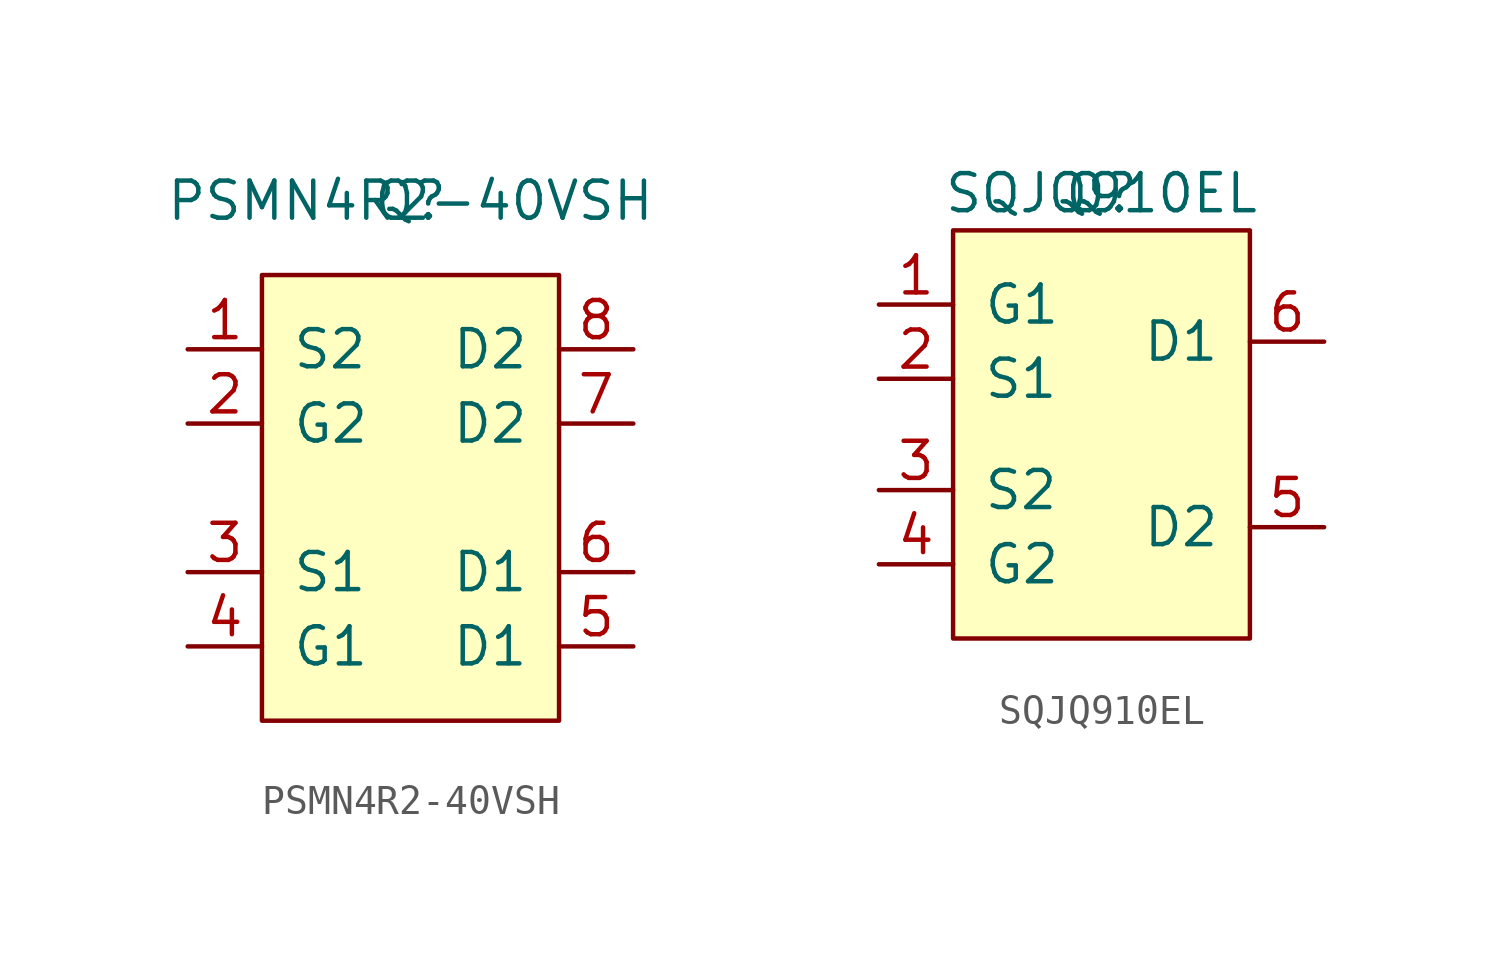
<source format=kicad_sym>
(kicad_symbol_lib
  (version 20211014)
  (generator kicad_symbol_editor)
  (symbol "PSMN4R2-40VSH"
    (pin_names
      (offset 1.016))
    (property "Reference" "Q"
      (at 0 0 0)
      (effects (font (size 1.27 1.27))))
    (property "Value" "PSMN4R2-40VSH"
      (at 0 0 0)
      (effects (font (size 1.27 1.27))))
    (symbol "PSMN4R2-40VSH_0_1"
      (rectangle (start -5.08 -2.54) (end 5.08 -17.78) (stroke (width 0) (type default) (color 0 0 0 0)) (fill (type background))))
    (symbol "PSMN4R2-40VSH_1_1"
      (pin power_in line (at -7.62 -5.08 0) (length 2.54) (name "S2" (effects (font (size 1.27 1.27)))) (number "1" (effects (font (size 1.27 1.27)))))
      (pin input line (at -7.62 -7.62 0) (length 2.54) (name "G2" (effects (font (size 1.27 1.27)))) (number "2" (effects (font (size 1.27 1.27)))))
      (pin input line (at -7.62 -12.7 0) (length 2.54) (name "S1" (effects (font (size 1.27 1.27)))) (number "3" (effects (font (size 1.27 1.27)))))
      (pin input line (at -7.62 -15.24 0) (length 2.54) (name "G1" (effects (font (size 1.27 1.27)))) (number "4" (effects (font (size 1.27 1.27)))))
      (pin power_in line (at 7.62 -15.24 180) (length 2.54) (name "D1" (effects (font (size 1.27 1.27)))) (number "5" (effects (font (size 1.27 1.27)))))
      (pin power_in line (at 7.62 -12.7 180) (length 2.54) (name "D1" (effects (font (size 1.27 1.27)))) (number "6" (effects (font (size 1.27 1.27)))))
      (pin power_out line (at 7.62 -7.62 180) (length 2.54) (name "D2" (effects (font (size 1.27 1.27)))) (number "7" (effects (font (size 1.27 1.27)))))
      (pin power_out line (at 7.62 -5.08 180) (length 2.54) (name "D2" (effects (font (size 1.27 1.27)))) (number "8" (effects (font (size 1.27 1.27)))))))
  (symbol "SQJQ910EL"
    (pin_names
      (offset 1.016))
    (property "Reference" "Q"
      (at 0 0 0)
      (effects (font (size 1.27 1.27))))
    (property "Value" "SQJQ910EL"
      (at 0 0 0)
      (effects (font (size 1.27 1.27))))
    (symbol "SQJQ910EL_0_1"
      (rectangle (start -5.08 -1.27) (end 5.08 -15.24) (stroke (width 0) (type default) (color 0 0 0 0)) (fill (type background))))
    (symbol "SQJQ910EL_1_1"
      (pin input line (at -7.62 -3.81 0) (length 2.54) (name "G1" (effects (font (size 1.27 1.27)))) (number "1" (effects (font (size 1.27 1.27)))))
      (pin input line (at -7.62 -6.35 0) (length 2.54) (name "S1" (effects (font (size 1.27 1.27)))) (number "2" (effects (font (size 1.27 1.27)))))
      (pin input line (at -7.62 -10.16 0) (length 2.54) (name "S2" (effects (font (size 1.27 1.27)))) (number "3" (effects (font (size 1.27 1.27)))))
      (pin input line (at -7.62 -12.7 0) (length 2.54) (name "G2" (effects (font (size 1.27 1.27)))) (number "4" (effects (font (size 1.27 1.27)))))
      (pin input line (at 7.62 -11.43 180) (length 2.54) (name "D2" (effects (font (size 1.27 1.27)))) (number "5" (effects (font (size 1.27 1.27)))))
      (pin input line (at 7.62 -5.08 180) (length 2.54) (name "D1" (effects (font (size 1.27 1.27)))) (number "6" (effects (font (size 1.27 1.27))))))))
</source>
